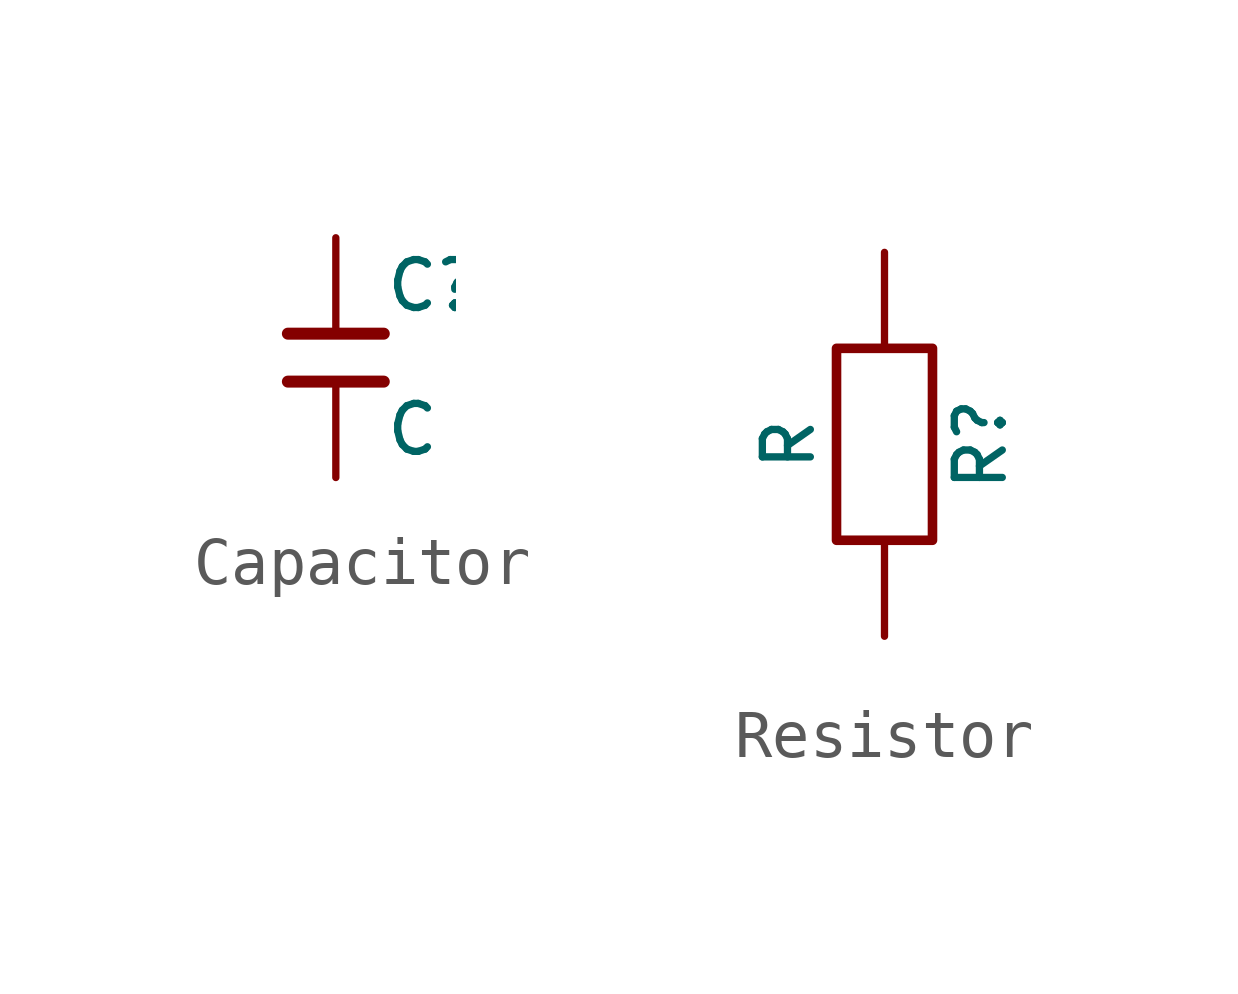
<source format=kicad_sym>
(kicad_symbol_lib
  (version 20241209)
  (generator "kicad_symbol_editor")
  (generator_version "9.0")
  (symbol "Capacitor"
    (pin_numbers
      (hide yes))
    (pin_names
      (offset 0)
      (hide yes))
    (property "Reference" "C"
      (at 1 1.5 0)
      (effects (font (size 1 1)) (justify left)))
    (property "Value" "C"
      (at 1 -1.5 0)
      (effects (font (size 1 1)) (justify left)))
    (symbol "Capacitor_0_1"
      (polyline (pts (xy -1 0.5) (xy 1 0.5)) (stroke (width 0.25) (type default)) (fill (type none)))
      (polyline (pts (xy -1 -0.5) (xy 1 -0.5)) (stroke (width 0.25) (type default)) (fill (type none))))
    (symbol "Capacitor_1_1"
      (pin passive line (at 0 2.5 270) (length 2) (name "1" (effects (font (size 1 1)))) (number "1" (effects (font (size 1 1)))))
      (pin passive line (at 0 -2.5 90) (length 2) (name "2" (effects (font (size 1 1)))) (number "2" (effects (font (size 1 1)))))))
  (symbol "Resistor"
    (pin_numbers
      (hide yes))
    (pin_names
      (offset 0)
      (hide yes))
    (property "Reference" "R"
      (at 2 0 90)
      (effects (font (size 1 1))))
    (property "Value" "R"
      (at -2 0 90)
      (effects (font (size 1 1))))
    (symbol "Resistor_0_1"
      (rectangle (start -1 2) (end 1 -2) (stroke (width 0.2) (type default)) (fill (type none))))
    (symbol "Resistor_1_1"
      (pin passive line (at 0 4 270) (length 2) (name "~" (effects (font (size 1 1)))) (number "1" (effects (font (size 1 1)))))
      (pin passive line (at 0 -4 90) (length 2) (name "~" (effects (font (size 1 1)))) (number "2" (effects (font (size 1 1))))))))
</source>
